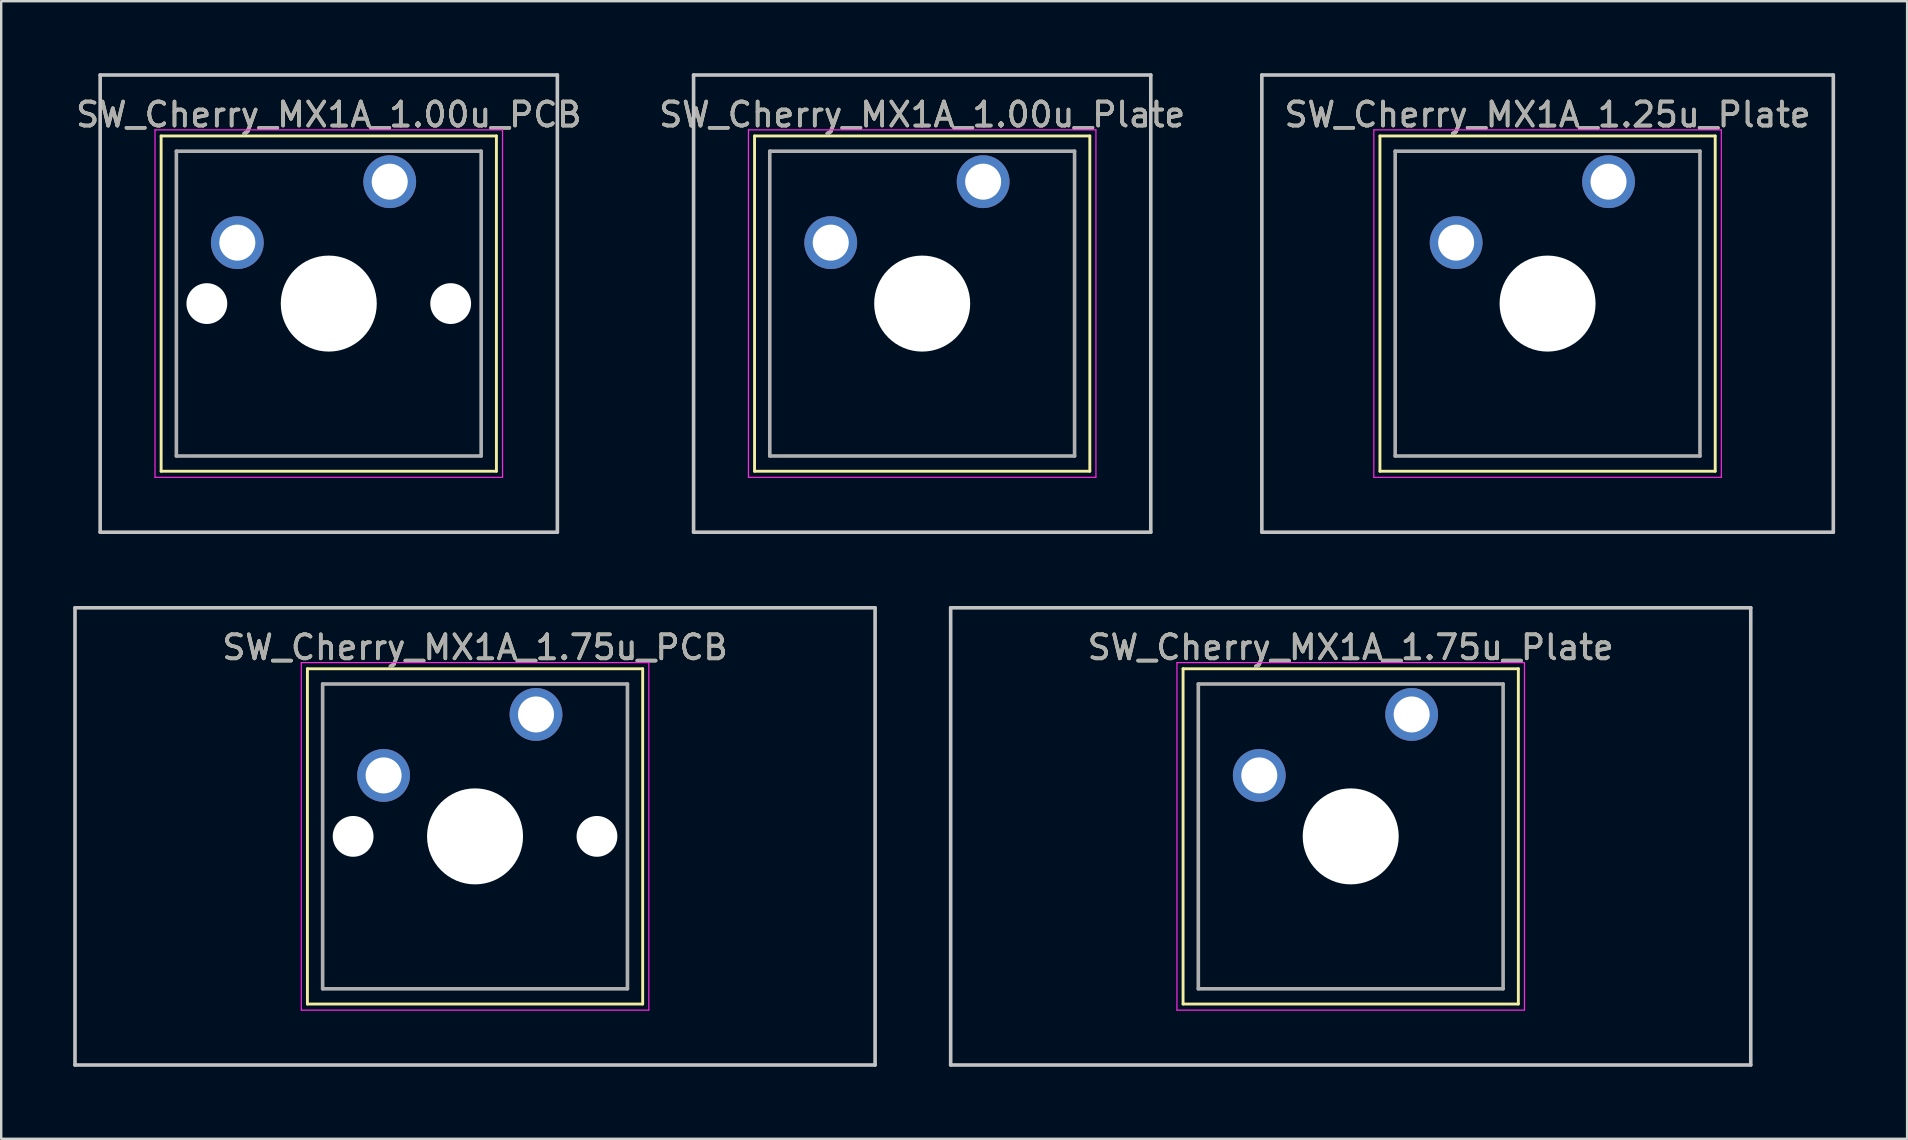
<source format=kicad_pcb>
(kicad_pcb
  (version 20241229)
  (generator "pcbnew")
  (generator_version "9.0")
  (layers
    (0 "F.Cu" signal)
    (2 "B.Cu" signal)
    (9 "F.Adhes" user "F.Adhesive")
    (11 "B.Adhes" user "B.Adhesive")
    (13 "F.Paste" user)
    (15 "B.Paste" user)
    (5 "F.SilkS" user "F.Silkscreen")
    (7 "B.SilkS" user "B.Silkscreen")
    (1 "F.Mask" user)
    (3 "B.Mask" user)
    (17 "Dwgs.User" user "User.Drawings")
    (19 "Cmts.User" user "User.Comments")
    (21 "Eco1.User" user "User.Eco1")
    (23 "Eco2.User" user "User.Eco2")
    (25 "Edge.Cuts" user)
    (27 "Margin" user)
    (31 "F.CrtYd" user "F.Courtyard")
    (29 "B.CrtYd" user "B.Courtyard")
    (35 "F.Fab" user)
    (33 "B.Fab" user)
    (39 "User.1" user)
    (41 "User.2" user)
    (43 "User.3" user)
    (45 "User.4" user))
  (footprint "SW_Cherry_MX1A_1.00u_PCB"
    (layer "F.Cu")
    (at 13.189 4.52)
    (property "Reference" "SW_Cherry_MX1A_1.00u_PCB" (at -2.54 -2.794 0) (layer "F.SilkS") (effects (font (size 1 1) (thickness 0.15))))
    (attr through_hole)
    (fp_line (start -9.525 -1.905) (end 4.445 -1.905) (stroke (width 0.12) (type solid)) (layer "F.SilkS"))
    (fp_line (start -9.525 12.065) (end -9.525 -1.905) (stroke (width 0.12) (type solid)) (layer "F.SilkS"))
    (fp_line (start 4.445 -1.905) (end 4.445 12.065) (stroke (width 0.12) (type solid)) (layer "F.SilkS"))
    (fp_line (start 4.445 12.065) (end -9.525 12.065) (stroke (width 0.12) (type solid)) (layer "F.SilkS"))
    (fp_line (start -12.065 -4.445) (end 6.985 -4.445) (stroke (width 0.15) (type solid)) (layer "Dwgs.User"))
    (fp_line (start -12.065 14.605) (end -12.065 -4.445) (stroke (width 0.15) (type solid)) (layer "Dwgs.User"))
    (fp_line (start 6.985 -4.445) (end 6.985 14.605) (stroke (width 0.15) (type solid)) (layer "Dwgs.User"))
    (fp_line (start 6.985 14.605) (end -12.065 14.605) (stroke (width 0.15) (type solid)) (layer "Dwgs.User"))
    (fp_line (start -9.78 -2.16) (end 4.7 -2.16) (stroke (width 0.05) (type solid)) (layer "F.CrtYd"))
    (fp_line (start -9.78 12.32) (end -9.78 -2.16) (stroke (width 0.05) (type solid)) (layer "F.CrtYd"))
    (fp_line (start 4.7 -2.16) (end 4.7 12.32) (stroke (width 0.05) (type solid)) (layer "F.CrtYd"))
    (fp_line (start 4.7 12.32) (end -9.78 12.32) (stroke (width 0.05) (type solid)) (layer "F.CrtYd"))
    (fp_line (start -8.89 -1.27) (end 3.81 -1.27) (stroke (width 0.15) (type solid)) (layer "F.Fab"))
    (fp_line (start -8.89 11.43) (end -8.89 -1.27) (stroke (width 0.15) (type solid)) (layer "F.Fab"))
    (fp_line (start 3.81 -1.27) (end 3.81 11.43) (stroke (width 0.15) (type solid)) (layer "F.Fab"))
    (fp_line (start 3.81 11.43) (end -8.89 11.43) (stroke (width 0.15) (type solid)) (layer "F.Fab"))
    (fp_text user "${REFERENCE}" (at -2.54 -2.794 0) (layer "F.Fab") (effects (font (size 1 1) (thickness 0.15))))
    (pad "" np_thru_hole circle (at -7.62 5.08) (size 1.7 1.7) (drill 1.7) (layers "*.Cu" "*.Mask"))
    (pad "" np_thru_hole circle (at -2.54 5.08) (size 4 4) (drill 4) (layers "*.Cu" "*.Mask"))
    (pad "" np_thru_hole circle (at 2.54 5.08) (size 1.7 1.7) (drill 1.7) (layers "*.Cu" "*.Mask"))
    (pad "1" thru_hole circle (at 0 0) (size 2.2 2.2) (drill 1.5) (layers "*.Cu" "*.Mask"))
    (pad "2" thru_hole circle (at -6.35 2.54) (size 2.2 2.2) (drill 1.5) (layers "*.Cu" "*.Mask")))
  (footprint "SW_Cherry_MX1A_1.00u_Plate"
    (layer "F.Cu")
    (at 37.915 4.52)
    (property "Reference" "SW_Cherry_MX1A_1.00u_Plate" (at -2.54 -2.794 0) (layer "F.SilkS") (effects (font (size 1 1) (thickness 0.15))))
    (attr through_hole)
    (fp_line (start -9.525 -1.905) (end 4.445 -1.905) (stroke (width 0.12) (type solid)) (layer "F.SilkS"))
    (fp_line (start -9.525 12.065) (end -9.525 -1.905) (stroke (width 0.12) (type solid)) (layer "F.SilkS"))
    (fp_line (start 4.445 -1.905) (end 4.445 12.065) (stroke (width 0.12) (type solid)) (layer "F.SilkS"))
    (fp_line (start 4.445 12.065) (end -9.525 12.065) (stroke (width 0.12) (type solid)) (layer "F.SilkS"))
    (fp_line (start -12.065 -4.445) (end 6.985 -4.445) (stroke (width 0.15) (type solid)) (layer "Dwgs.User"))
    (fp_line (start -12.065 14.605) (end -12.065 -4.445) (stroke (width 0.15) (type solid)) (layer "Dwgs.User"))
    (fp_line (start 6.985 -4.445) (end 6.985 14.605) (stroke (width 0.15) (type solid)) (layer "Dwgs.User"))
    (fp_line (start 6.985 14.605) (end -12.065 14.605) (stroke (width 0.15) (type solid)) (layer "Dwgs.User"))
    (fp_line (start -9.78 -2.16) (end 4.7 -2.16) (stroke (width 0.05) (type solid)) (layer "F.CrtYd"))
    (fp_line (start -9.78 12.32) (end -9.78 -2.16) (stroke (width 0.05) (type solid)) (layer "F.CrtYd"))
    (fp_line (start 4.7 -2.16) (end 4.7 12.32) (stroke (width 0.05) (type solid)) (layer "F.CrtYd"))
    (fp_line (start 4.7 12.32) (end -9.78 12.32) (stroke (width 0.05) (type solid)) (layer "F.CrtYd"))
    (fp_line (start -8.89 -1.27) (end 3.81 -1.27) (stroke (width 0.15) (type solid)) (layer "F.Fab"))
    (fp_line (start -8.89 11.43) (end -8.89 -1.27) (stroke (width 0.15) (type solid)) (layer "F.Fab"))
    (fp_line (start 3.81 -1.27) (end 3.81 11.43) (stroke (width 0.15) (type solid)) (layer "F.Fab"))
    (fp_line (start 3.81 11.43) (end -8.89 11.43) (stroke (width 0.15) (type solid)) (layer "F.Fab"))
    (fp_text user "${REFERENCE}" (at -2.54 -2.794 0) (layer "F.Fab") (effects (font (size 1 1) (thickness 0.15))))
    (pad "" np_thru_hole circle (at -2.54 5.08) (size 4 4) (drill 4) (layers "*.Cu" "*.Mask"))
    (pad "1" thru_hole circle (at 0 0) (size 2.2 2.2) (drill 1.5) (layers "*.Cu" "*.Mask"))
    (pad "2" thru_hole circle (at -6.35 2.54) (size 2.2 2.2) (drill 1.5) (layers "*.Cu" "*.Mask")))
  (footprint "SW_Cherry_MX1A_1.25u_Plate"
    (layer "F.Cu")
    (at 63.974 4.52)
    (property "Reference" "SW_Cherry_MX1A_1.25u_Plate" (at -2.54 -2.794 0) (layer "F.SilkS") (effects (font (size 1 1) (thickness 0.15))))
    (attr through_hole)
    (fp_line (start -9.525 -1.905) (end 4.445 -1.905) (stroke (width 0.12) (type solid)) (layer "F.SilkS"))
    (fp_line (start -9.525 12.065) (end -9.525 -1.905) (stroke (width 0.12) (type solid)) (layer "F.SilkS"))
    (fp_line (start 4.445 -1.905) (end 4.445 12.065) (stroke (width 0.12) (type solid)) (layer "F.SilkS"))
    (fp_line (start 4.445 12.065) (end -9.525 12.065) (stroke (width 0.12) (type solid)) (layer "F.SilkS"))
    (fp_line (start -14.446 -4.445) (end 9.366 -4.445) (stroke (width 0.15) (type solid)) (layer "Dwgs.User"))
    (fp_line (start -14.446 14.605) (end -14.446 -4.445) (stroke (width 0.15) (type solid)) (layer "Dwgs.User"))
    (fp_line (start 9.366 -4.445) (end 9.366 14.605) (stroke (width 0.15) (type solid)) (layer "Dwgs.User"))
    (fp_line (start 9.366 14.605) (end -14.446 14.605) (stroke (width 0.15) (type solid)) (layer "Dwgs.User"))
    (fp_line (start -9.78 -2.16) (end 4.7 -2.16) (stroke (width 0.05) (type solid)) (layer "F.CrtYd"))
    (fp_line (start -9.78 12.32) (end -9.78 -2.16) (stroke (width 0.05) (type solid)) (layer "F.CrtYd"))
    (fp_line (start 4.7 -2.16) (end 4.7 12.32) (stroke (width 0.05) (type solid)) (layer "F.CrtYd"))
    (fp_line (start 4.7 12.32) (end -9.78 12.32) (stroke (width 0.05) (type solid)) (layer "F.CrtYd"))
    (fp_line (start -8.89 -1.27) (end 3.81 -1.27) (stroke (width 0.15) (type solid)) (layer "F.Fab"))
    (fp_line (start -8.89 11.43) (end -8.89 -1.27) (stroke (width 0.15) (type solid)) (layer "F.Fab"))
    (fp_line (start 3.81 -1.27) (end 3.81 11.43) (stroke (width 0.15) (type solid)) (layer "F.Fab"))
    (fp_line (start 3.81 11.43) (end -8.89 11.43) (stroke (width 0.15) (type solid)) (layer "F.Fab"))
    (fp_text user "${REFERENCE}" (at -2.54 -2.794 0) (layer "F.Fab") (effects (font (size 1 1) (thickness 0.15))))
    (pad "" np_thru_hole circle (at -2.54 5.08) (size 4 4) (drill 4) (layers "*.Cu" "*.Mask"))
    (pad "1" thru_hole circle (at 0 0) (size 2.2 2.2) (drill 1.5) (layers "*.Cu" "*.Mask"))
    (pad "2" thru_hole circle (at -6.35 2.54) (size 2.2 2.2) (drill 1.5) (layers "*.Cu" "*.Mask")))
  (footprint "SW_Cherry_MX1A_1.75u_Plate"
    (layer "F.Cu")
    (at 55.771 26.72)
    (property "Reference" "SW_Cherry_MX1A_1.75u_Plate" (at -2.54 -2.794 0) (layer "F.SilkS") (effects (font (size 1 1) (thickness 0.15))))
    (attr through_hole)
    (fp_line (start -9.525 -1.905) (end 4.445 -1.905) (stroke (width 0.12) (type solid)) (layer "F.SilkS"))
    (fp_line (start -9.525 12.065) (end -9.525 -1.905) (stroke (width 0.12) (type solid)) (layer "F.SilkS"))
    (fp_line (start 4.445 -1.905) (end 4.445 12.065) (stroke (width 0.12) (type solid)) (layer "F.SilkS"))
    (fp_line (start 4.445 12.065) (end -9.525 12.065) (stroke (width 0.12) (type solid)) (layer "F.SilkS"))
    (fp_line (start -19.209 -4.445) (end 14.129 -4.445) (stroke (width 0.15) (type solid)) (layer "Dwgs.User"))
    (fp_line (start -19.209 14.605) (end -19.209 -4.445) (stroke (width 0.15) (type solid)) (layer "Dwgs.User"))
    (fp_line (start 14.129 -4.445) (end 14.129 14.605) (stroke (width 0.15) (type solid)) (layer "Dwgs.User"))
    (fp_line (start 14.129 14.605) (end -19.209 14.605) (stroke (width 0.15) (type solid)) (layer "Dwgs.User"))
    (fp_line (start -9.78 -2.16) (end 4.7 -2.16) (stroke (width 0.05) (type solid)) (layer "F.CrtYd"))
    (fp_line (start -9.78 12.32) (end -9.78 -2.16) (stroke (width 0.05) (type solid)) (layer "F.CrtYd"))
    (fp_line (start 4.7 -2.16) (end 4.7 12.32) (stroke (width 0.05) (type solid)) (layer "F.CrtYd"))
    (fp_line (start 4.7 12.32) (end -9.78 12.32) (stroke (width 0.05) (type solid)) (layer "F.CrtYd"))
    (fp_line (start -8.89 -1.27) (end 3.81 -1.27) (stroke (width 0.15) (type solid)) (layer "F.Fab"))
    (fp_line (start -8.89 11.43) (end -8.89 -1.27) (stroke (width 0.15) (type solid)) (layer "F.Fab"))
    (fp_line (start 3.81 -1.27) (end 3.81 11.43) (stroke (width 0.15) (type solid)) (layer "F.Fab"))
    (fp_line (start 3.81 11.43) (end -8.89 11.43) (stroke (width 0.15) (type solid)) (layer "F.Fab"))
    (fp_text user "${REFERENCE}" (at -2.54 -2.794 0) (layer "F.Fab") (effects (font (size 1 1) (thickness 0.15))))
    (pad "" np_thru_hole circle (at -2.54 5.08) (size 4 4) (drill 4) (layers "*.Cu" "*.Mask"))
    (pad "1" thru_hole circle (at 0 0) (size 2.2 2.2) (drill 1.5) (layers "*.Cu" "*.Mask"))
    (pad "2" thru_hole circle (at -6.35 2.54) (size 2.2 2.2) (drill 1.5) (layers "*.Cu" "*.Mask")))
  (footprint "SW_Cherry_MX1A_1.75u_PCB"
    (layer "F.Cu")
    (at 19.284 26.72)
    (property "Reference" "SW_Cherry_MX1A_1.75u_PCB" (at -2.54 -2.794 0) (layer "F.SilkS") (effects (font (size 1 1) (thickness 0.15))))
    (attr through_hole)
    (fp_line (start -9.525 -1.905) (end 4.445 -1.905) (stroke (width 0.12) (type solid)) (layer "F.SilkS"))
    (fp_line (start -9.525 12.065) (end -9.525 -1.905) (stroke (width 0.12) (type solid)) (layer "F.SilkS"))
    (fp_line (start 4.445 -1.905) (end 4.445 12.065) (stroke (width 0.12) (type solid)) (layer "F.SilkS"))
    (fp_line (start 4.445 12.065) (end -9.525 12.065) (stroke (width 0.12) (type solid)) (layer "F.SilkS"))
    (fp_line (start -19.209 -4.445) (end 14.129 -4.445) (stroke (width 0.15) (type solid)) (layer "Dwgs.User"))
    (fp_line (start -19.209 14.605) (end -19.209 -4.445) (stroke (width 0.15) (type solid)) (layer "Dwgs.User"))
    (fp_line (start 14.129 -4.445) (end 14.129 14.605) (stroke (width 0.15) (type solid)) (layer "Dwgs.User"))
    (fp_line (start 14.129 14.605) (end -19.209 14.605) (stroke (width 0.15) (type solid)) (layer "Dwgs.User"))
    (fp_line (start -9.78 -2.16) (end 4.7 -2.16) (stroke (width 0.05) (type solid)) (layer "F.CrtYd"))
    (fp_line (start -9.78 12.32) (end -9.78 -2.16) (stroke (width 0.05) (type solid)) (layer "F.CrtYd"))
    (fp_line (start 4.7 -2.16) (end 4.7 12.32) (stroke (width 0.05) (type solid)) (layer "F.CrtYd"))
    (fp_line (start 4.7 12.32) (end -9.78 12.32) (stroke (width 0.05) (type solid)) (layer "F.CrtYd"))
    (fp_line (start -8.89 -1.27) (end 3.81 -1.27) (stroke (width 0.15) (type solid)) (layer "F.Fab"))
    (fp_line (start -8.89 11.43) (end -8.89 -1.27) (stroke (width 0.15) (type solid)) (layer "F.Fab"))
    (fp_line (start 3.81 -1.27) (end 3.81 11.43) (stroke (width 0.15) (type solid)) (layer "F.Fab"))
    (fp_line (start 3.81 11.43) (end -8.89 11.43) (stroke (width 0.15) (type solid)) (layer "F.Fab"))
    (fp_text user "${REFERENCE}" (at -2.54 -2.794 0) (layer "F.Fab") (effects (font (size 1 1) (thickness 0.15))))
    (pad "" np_thru_hole circle (at -7.62 5.08) (size 1.7 1.7) (drill 1.7) (layers "*.Cu" "*.Mask"))
    (pad "" np_thru_hole circle (at -2.54 5.08) (size 4 4) (drill 4) (layers "*.Cu" "*.Mask"))
    (pad "" np_thru_hole circle (at 2.54 5.08) (size 1.7 1.7) (drill 1.7) (layers "*.Cu" "*.Mask"))
    (pad "1" thru_hole circle (at 0 0) (size 2.2 2.2) (drill 1.5) (layers "*.Cu" "*.Mask"))
    (pad "2" thru_hole circle (at -6.35 2.54) (size 2.2 2.2) (drill 1.5) (layers "*.Cu" "*.Mask")))
  (gr_rect
    (start -3 -3)
    (end 76.415 44.4)
    (stroke (width 0.1) (type default))
    (fill no)
    (layer "Edge.Cuts")))
</source>
